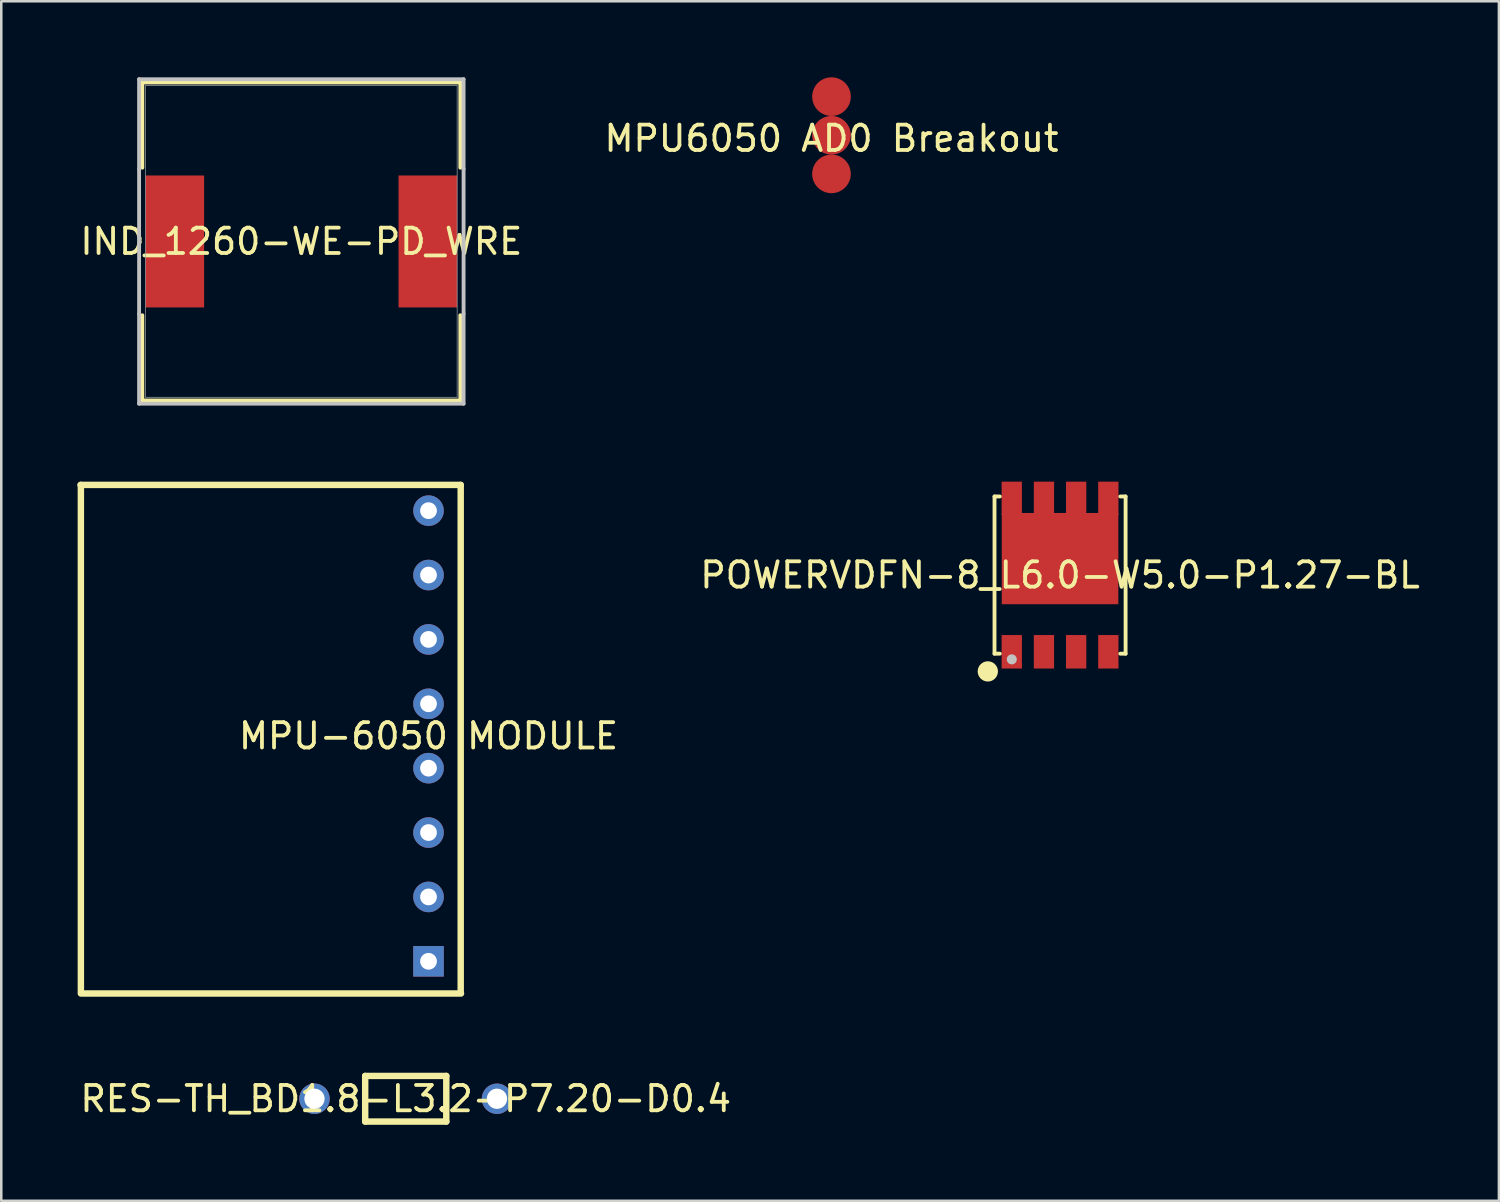
<source format=kicad_pcb>
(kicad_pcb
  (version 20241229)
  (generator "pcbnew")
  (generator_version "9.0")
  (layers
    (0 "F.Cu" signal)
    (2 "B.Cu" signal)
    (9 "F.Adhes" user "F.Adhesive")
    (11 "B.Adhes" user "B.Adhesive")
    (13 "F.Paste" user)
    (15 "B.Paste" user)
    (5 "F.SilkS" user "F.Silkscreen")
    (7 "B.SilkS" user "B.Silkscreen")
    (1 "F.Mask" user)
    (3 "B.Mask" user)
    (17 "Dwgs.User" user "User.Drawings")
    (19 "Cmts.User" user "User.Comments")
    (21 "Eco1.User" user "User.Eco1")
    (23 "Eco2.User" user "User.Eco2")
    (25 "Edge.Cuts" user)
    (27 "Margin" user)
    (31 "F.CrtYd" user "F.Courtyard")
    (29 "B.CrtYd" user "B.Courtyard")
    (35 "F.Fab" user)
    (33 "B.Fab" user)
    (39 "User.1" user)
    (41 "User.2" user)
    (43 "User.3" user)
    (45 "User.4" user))
  (footprint "MPU6050 AD0 Breakout"
    (layer "F.Cu")
    (at 29.756 2.413)
    (property "Reference" "MPU6050 AD0 Breakout" (at 0 0 0) (unlocked yes) (layer "F.SilkS") (effects (font (size 1 1) (thickness 0.15))))
    (pad "1" smd circle (at 0 -1.651) (size 1.524 1.524) (layers "F.Cu" "F.Mask" "F.Paste"))
    (pad "2" smd circle (at 0 -0.127) (size 1.524 1.524) (layers "F.Cu" "F.Mask" "F.Paste"))
    (pad "3" smd circle (at 0 1.397) (size 1.524 1.524) (layers "F.Cu" "F.Mask" "F.Paste")))
  (footprint "POWERVDFN-8_L6.0-W5.0-P1.27-BL"
    (layer "F.Cu")
    (at 38.774 19.64)
    (property "Reference" "POWERVDFN-8_L6.0-W5.0-P1.27-BL" (at 0 0 0) (unlocked yes) (layer "F.SilkS") (effects (font (size 1 1) (thickness 0.15))))
    (fp_line (start -2.586 -3.101) (end -2.376 -3.101) (stroke (width 0.152) (type default)) (layer "F.SilkS"))
    (fp_line (start -2.586 3.101) (end -2.586 -3.101) (stroke (width 0.152) (type default)) (layer "F.SilkS"))
    (fp_line (start -2.376 3.101) (end -2.586 3.101) (stroke (width 0.152) (type default)) (layer "F.SilkS"))
    (fp_line (start 2.376 3.101) (end 2.586 3.101) (stroke (width 0.152) (type default)) (layer "F.SilkS"))
    (fp_line (start 2.586 -3.101) (end 2.376 -3.101) (stroke (width 0.152) (type default)) (layer "F.SilkS"))
    (fp_line (start 2.586 3.101) (end 2.586 -3.101) (stroke (width 0.152) (type default)) (layer "F.SilkS"))
    (fp_circle (center -2.85 3.8) (end -2.65 3.8) (stroke (width 0.4) (type default)) (fill no) (layer "F.SilkS"))
    (fp_poly (pts (xy -1.505 3.686) (xy -1.505 2.365) (xy -2.305 2.365) (xy -2.305 3.686)) (stroke (width 0) (type default)) (fill yes) (layer "F.Paste"))
    (fp_poly (pts (xy -0.235 3.686) (xy -0.235 2.365) (xy -1.035 2.365) (xy -1.035 3.686)) (stroke (width 0) (type default)) (fill yes) (layer "F.Paste"))
    (fp_poly (pts (xy 1.035 3.686) (xy 1.035 2.365) (xy 0.235 2.365) (xy 0.235 3.686)) (stroke (width 0) (type default)) (fill yes) (layer "F.Paste"))
    (fp_poly (pts (xy 1.505 2.365) (xy 1.505 3.686) (xy 2.305 3.686) (xy 2.305 2.365)) (stroke (width 0) (type default)) (fill yes) (layer "F.Paste"))
    (fp_poly (pts (xy 2.305 -2.365) (xy 2.305 -3.686) (xy 1.505 -3.686) (xy 1.505 -2.45) (xy 1.035 -2.45) (xy 1.035 -3.686) (xy 0.235 -3.686) (xy 0.235 -2.45) (xy -0.235 -2.45) (xy -0.235 -3.686) (xy -1.035 -3.686) (xy -1.035 -2.45) (xy -1.505 -2.45) (xy -1.505 -3.686) (xy -2.305 -3.686) (xy -2.305 -2.365) (xy -2.3 -2.365) (xy -2.3 1.15) (xy 2.3 1.15) (xy 2.3 -2.365)) (stroke (width 0) (type default)) (fill yes) (layer "F.Paste"))
    (fp_circle (center -1.905 3.325) (end -1.805 3.325) (stroke (width 0.2) (type default)) (fill no) (layer "Dwgs.User"))
    (fp_poly (pts (xy -2.105 -3.025) (xy -2.105 -2.39) (xy -1.705 -2.39) (xy -1.705 -3.025)) (stroke (width 0.1) (type default)) (fill no) (layer "User.1"))
    (fp_poly (pts (xy -2.105 3.025) (xy -2.105 2.39) (xy -1.705 2.39) (xy -1.705 3.025)) (stroke (width 0.1) (type default)) (fill no) (layer "User.1"))
    (fp_poly (pts (xy -0.835 -3.025) (xy -0.835 -2.39) (xy -0.435 -2.39) (xy -0.435 -3.025)) (stroke (width 0.1) (type default)) (fill no) (layer "User.1"))
    (fp_poly (pts (xy -0.835 3.025) (xy -0.835 2.39) (xy -0.435 2.39) (xy -0.435 3.025)) (stroke (width 0.1) (type default)) (fill no) (layer "User.1"))
    (fp_poly (pts (xy 0.435 -3.025) (xy 0.435 -2.39) (xy 0.835 -2.39) (xy 0.835 -3.025)) (stroke (width 0.1) (type default)) (fill no) (layer "User.1"))
    (fp_poly (pts (xy 0.435 3.025) (xy 0.435 2.39) (xy 0.835 2.39) (xy 0.835 3.025)) (stroke (width 0.1) (type default)) (fill no) (layer "User.1"))
    (fp_poly (pts (xy 1.705 -3.025) (xy 1.705 -2.39) (xy 2.105 -2.39) (xy 2.105 -3.025)) (stroke (width 0.1) (type default)) (fill no) (layer "User.1"))
    (fp_poly (pts (xy 1.705 3.025) (xy 1.705 2.39) (xy 2.105 2.39) (xy 2.105 3.025)) (stroke (width 0.1) (type default)) (fill no) (layer "User.1"))
    (fp_poly (pts (xy -2.005 0.74) (xy -2.005 -2.388) (xy 2.005 -2.388) (xy 2.005 1.087) (xy -1.657 1.087)) (stroke (width 0.1) (type default)) (fill no) (layer "User.1"))
    (fp_line (start -2.51 -3.025) (end 2.51 -3.025) (stroke (width 0.051) (type default)) (layer "User.2"))
    (fp_line (start -2.51 3.025) (end -2.51 -3.025) (stroke (width 0.051) (type default)) (layer "User.2"))
    (fp_line (start 2.51 -3.025) (end 2.51 3.025) (stroke (width 0.051) (type default)) (layer "User.2"))
    (fp_line (start 2.51 3.025) (end -2.51 3.025) (stroke (width 0.051) (type default)) (layer "User.2"))
    (fp_poly (pts (xy -2.45 3.025) (xy -2.468 2.983) (xy -2.51 2.965) (xy -2.552 2.983) (xy -2.57 3.025) (xy -2.552 3.067) (xy -2.51 3.085) (xy -2.468 3.067)) (stroke (width 0.1) (type default)) (fill no) (layer "User.3"))
    (pad "1" smd rect (at -1.905 3.026) (size 0.8 1.321) (layers "F.Cu" "F.Mask" "F.Paste"))
    (pad "2" smd rect (at -0.635 3.026) (size 0.8 1.321) (layers "F.Cu" "F.Mask" "F.Paste"))
    (pad "3" smd rect (at 0.635 3.026) (size 0.8 1.321) (layers "F.Cu" "F.Mask" "F.Paste"))
    (pad "4" smd rect (at 1.905 3.026) (size 0.8 1.321) (layers "F.Cu" "F.Mask" "F.Paste"))
    (pad "5" smd rect (at 1.905 -3.026) (size 0.8 1.321) (layers "F.Cu" "F.Mask" "F.Paste"))
    (pad "6" smd rect (at 0.635 -3.026) (size 0.8 1.321) (layers "F.Cu" "F.Mask" "F.Paste"))
    (pad "7" smd rect (at -0.635 -3.026) (size 0.8 1.321) (layers "F.Cu" "F.Mask" "F.Paste"))
    (pad "8" smd rect (at -1.905 -3.026) (size 0.8 1.321) (layers "F.Cu" "F.Mask" "F.Paste"))
    (pad "9" smd rect (at 0 -0.65) (size 4.6 3.6) (layers "F.Cu" "F.Mask" "F.Paste")))
  (footprint "MPU-6050 MODULE"
    (layer "F.Cu")
    (at 13.857 25.988)
    (property "Reference" "MPU-6050 MODULE" (at 0 0 0) (unlocked yes) (layer "F.SilkS") (effects (font (size 1 1) (thickness 0.15))))
    (fp_line (start -13.73 -9.906) (end 1.27 -9.906) (stroke (width 0.254) (type default)) (layer "F.SilkS"))
    (fp_line (start -13.717 10.16) (end 1.282 10.16) (stroke (width 0.254) (type default)) (layer "F.SilkS"))
    (fp_line (start -13.716 -9.906) (end -13.716 10.094) (stroke (width 0.254) (type default)) (layer "F.SilkS"))
    (fp_line (start 1.27 -9.906) (end 1.27 10.094) (stroke (width 0.254) (type default)) (layer "F.SilkS"))
    (pad "1" thru_hole rect (at 0 8.89 90) (size 1.206 1.206) (drill 0.66) (layers "*.Cu" "*.Mask"))
    (pad "2" thru_hole circle (at 0 6.35 90) (size 1.206 1.206) (drill 0.66) (layers "*.Cu" "*.Mask"))
    (pad "3" thru_hole circle (at 0 3.81 90) (size 1.206 1.206) (drill 0.66) (layers "*.Cu" "*.Mask"))
    (pad "4" thru_hole circle (at 0 1.27 90) (size 1.206 1.206) (drill 0.66) (layers "*.Cu" "*.Mask"))
    (pad "5" thru_hole circle (at 0 -1.27 90) (size 1.206 1.206) (drill 0.66) (layers "*.Cu" "*.Mask"))
    (pad "6" thru_hole circle (at 0 -3.81 90) (size 1.206 1.206) (drill 0.66) (layers "*.Cu" "*.Mask"))
    (pad "7" thru_hole circle (at 0 -6.35 90) (size 1.206 1.206) (drill 0.66) (layers "*.Cu" "*.Mask"))
    (pad "8" thru_hole circle (at 0 -8.89 90) (size 1.206 1.206) (drill 0.66) (layers "*.Cu" "*.Mask")))
  (footprint "RES-TH_BD1.8-L3.2-P7.20-D0.4"
    (layer "F.Cu")
    (at 12.958 40.301)
    (property "Reference" "RES-TH_BD1.8-L3.2-P7.20-D0.4" (at 0 0 0) (unlocked yes) (layer "F.SilkS") (effects (font (size 1 1) (thickness 0.15))))
    (fp_line (start -1.6 -0.9) (end 1.6 -0.9) (stroke (width 0.254) (type default)) (layer "F.SilkS"))
    (fp_line (start -1.6 0.9) (end -1.6 -0.9) (stroke (width 0.254) (type default)) (layer "F.SilkS"))
    (fp_line (start 1.6 -0.9) (end 1.6 0.9) (stroke (width 0.254) (type default)) (layer "F.SilkS"))
    (fp_line (start 1.6 0.9) (end -1.6 0.9) (stroke (width 0.254) (type default)) (layer "F.SilkS"))
    (fp_poly (pts (xy -3.8 0.2) (xy -3.8 -0.2) (xy -1.5 -0.2) (xy -1.5 0.2)) (stroke (width 0.1) (type default)) (fill no) (layer "User.1"))
    (fp_poly (pts (xy 3.8 -0.2) (xy 3.8 0.2) (xy 1.5 0.2) (xy 1.5 -0.2)) (stroke (width 0.1) (type default)) (fill no) (layer "User.1"))
    (fp_poly (pts (xy -3.4 0) (xy -3.42 -0.087) (xy -3.475 -0.156) (xy -3.555 -0.195) (xy -3.645 -0.195) (xy -3.725 -0.156) (xy -3.78 -0.087) (xy -3.8 0) (xy -3.78 0.087) (xy -3.725 0.156) (xy -3.645 0.195) (xy -3.555 0.195) (xy -3.475 0.156) (xy -3.42 0.087)) (stroke (width 0.1) (type default)) (fill no) (layer "User.1"))
    (fp_poly (pts (xy 3.8 0) (xy 3.78 -0.087) (xy 3.725 -0.156) (xy 3.645 -0.195) (xy 3.555 -0.195) (xy 3.475 -0.156) (xy 3.42 -0.087) (xy 3.4 0) (xy 3.42 0.087) (xy 3.475 0.156) (xy 3.555 0.195) (xy 3.645 0.195) (xy 3.725 0.156) (xy 3.78 0.087)) (stroke (width 0.1) (type default)) (fill no) (layer "User.1"))
    (fp_line (start -1.6 -0.9) (end 1.6 -0.9) (stroke (width 0.051) (type default)) (layer "User.2"))
    (fp_line (start -1.6 0.9) (end -1.6 -0.9) (stroke (width 0.051) (type default)) (layer "User.2"))
    (fp_line (start 1.6 -0.9) (end 1.6 0.9) (stroke (width 0.051) (type default)) (layer "User.2"))
    (fp_line (start 1.6 0.9) (end -1.6 0.9) (stroke (width 0.051) (type default)) (layer "User.2"))
    (fp_poly (pts (xy -3.74 0.9) (xy -3.758 0.858) (xy -3.8 0.84) (xy -3.842 0.858) (xy -3.86 0.9) (xy -3.842 0.942) (xy -3.8 0.96) (xy -3.758 0.942)) (stroke (width 0.1) (type default)) (fill no) (layer "User.3"))
    (pad "1" thru_hole circle (at -3.6 0) (size 1.2 1.2) (drill 0.8) (layers "*.Cu" "*.Mask"))
    (pad "2" thru_hole circle (at 3.6 0) (size 1.2 1.2) (drill 0.8) (layers "*.Cu" "*.Mask")))
  (footprint "IND_1260-WE-PD_WRE"
    (layer "F.Cu")
    (at 8.839 6.477)
    (property "Reference" "IND_1260-WE-PD_WRE" (at 0 0 0) (unlocked yes) (layer "F.SilkS") (effects (font (size 1 1) (thickness 0.15))))
    (fp_line (start -6.274 -6.274) (end -6.274 -2.911) (stroke (width 0.152) (type default)) (layer "F.SilkS"))
    (fp_line (start -6.274 2.911) (end -6.274 6.274) (stroke (width 0.152) (type default)) (layer "F.SilkS"))
    (fp_line (start -6.274 6.274) (end 6.274 6.274) (stroke (width 0.152) (type default)) (layer "F.SilkS"))
    (fp_line (start 6.274 -6.274) (end -6.274 -6.274) (stroke (width 0.152) (type default)) (layer "F.SilkS"))
    (fp_line (start 6.274 -2.911) (end 6.274 -6.274) (stroke (width 0.152) (type default)) (layer "F.SilkS"))
    (fp_line (start 6.274 6.274) (end 6.274 2.911) (stroke (width 0.152) (type default)) (layer "F.SilkS"))
    (fp_line (start -6.401 -6.401) (end 6.401 -6.401) (stroke (width 0.152) (type default)) (layer "Dwgs.User"))
    (fp_line (start -6.401 -2.857) (end -6.401 -6.401) (stroke (width 0.152) (type default)) (layer "Dwgs.User"))
    (fp_line (start -6.401 2.857) (end -6.401 -2.857) (stroke (width 0.152) (type default)) (layer "Dwgs.User"))
    (fp_line (start -6.401 6.401) (end -6.401 2.857) (stroke (width 0.152) (type default)) (layer "Dwgs.User"))
    (fp_line (start 6.401 -6.401) (end 6.401 -2.857) (stroke (width 0.152) (type default)) (layer "Dwgs.User"))
    (fp_line (start 6.401 -2.857) (end 6.401 2.857) (stroke (width 0.152) (type default)) (layer "Dwgs.User"))
    (fp_line (start 6.401 2.857) (end 6.401 6.401) (stroke (width 0.152) (type default)) (layer "Dwgs.User"))
    (fp_line (start 6.401 6.401) (end -6.401 6.401) (stroke (width 0.152) (type default)) (layer "Dwgs.User"))
    (fp_line (start -6.147 -6.147) (end -6.147 6.147) (stroke (width 0.025) (type default)) (layer "F.Fab"))
    (fp_line (start -6.147 6.147) (end 6.147 6.147) (stroke (width 0.025) (type default)) (layer "F.Fab"))
    (fp_line (start 6.147 -6.147) (end -6.147 -6.147) (stroke (width 0.025) (type default)) (layer "F.Fab"))
    (fp_line (start 6.147 6.147) (end 6.147 -6.147) (stroke (width 0.025) (type default)) (layer "F.Fab"))
    (pad "1" smd rect (at -4.991 0) (size 2.312 5.207) (layers "F.Cu" "F.Mask" "F.Paste"))
    (pad "2" smd rect (at 4.991 0) (size 2.312 5.207) (layers "F.Cu" "F.Mask" "F.Paste")))
  (gr_rect
    (start -3 -3)
    (end 56.089 44.328)
    (stroke (width 0.1) (type default))
    (fill no)
    (layer "Edge.Cuts")))
</source>
